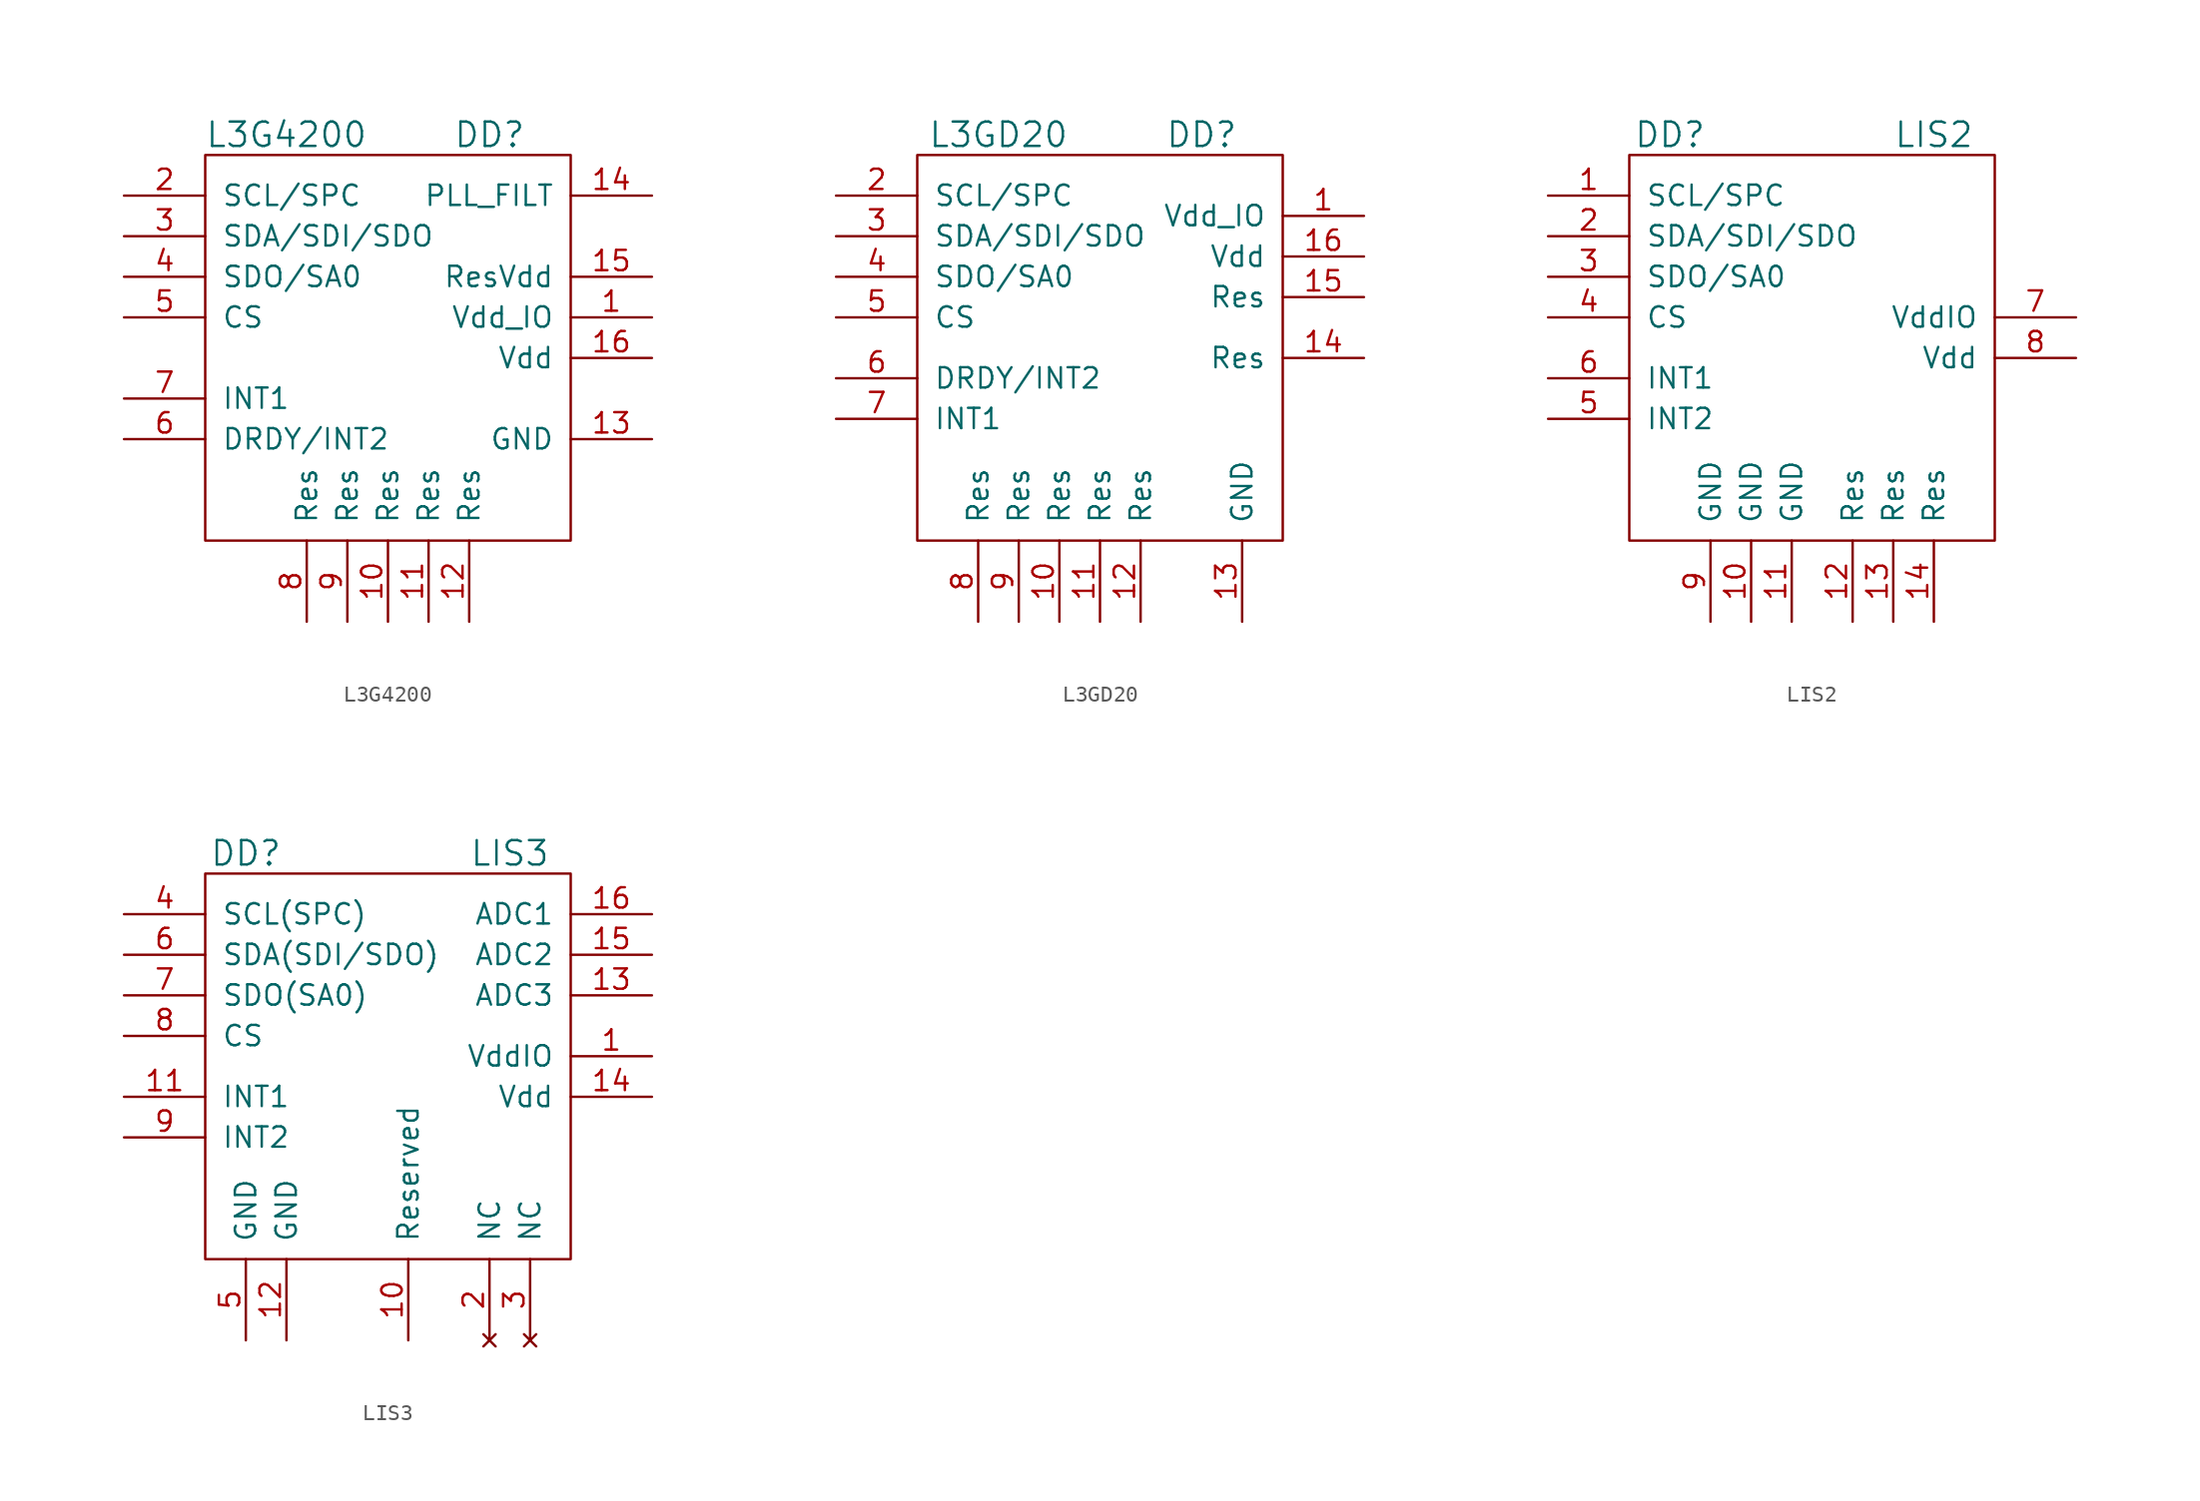
<source format=kicad_sym>
(kicad_symbol_lib
  (version 20231120)
  (generator "kicad_symbol_editor")
  (generator_version "8.0")
  (symbol "L3G4200"
    (pin_names
      (offset 1.016))
    (property "Reference" "DD"
      (at 6.35 12.7 0)
      (effects (font (size 1.524 1.524))))
    (property "Value" "L3G4200"
      (at -6.35 12.7 0)
      (effects (font (size 1.524 1.524))))
    (property "Footprint" ""
      (at 0 0 0)
      (effects (font (size 1.524 1.524))))
    (property "Datasheet" ""
      (at 0 0 0)
      (effects (font (size 1.524 1.524))))
    (symbol "L3G4200_0_1"
      (rectangle (start -11.43 11.43) (end 11.43 -12.7) (stroke (width 0) (type default)) (fill (type none))))
    (symbol "L3G4200_1_1"
      (pin power_in line (at 16.51 1.27 180) (length 5.08) (name "Vdd_IO" (effects (font (size 1.27 1.27)))) (number "1" (effects (font (size 1.27 1.27)))))
      (pin passive line (at 0 -17.78 90) (length 5.08) (name "Res" (effects (font (size 1.27 1.27)))) (number "10" (effects (font (size 1.27 1.27)))))
      (pin passive line (at 2.54 -17.78 90) (length 5.08) (name "Res" (effects (font (size 1.27 1.27)))) (number "11" (effects (font (size 1.27 1.27)))))
      (pin passive line (at 5.08 -17.78 90) (length 5.08) (name "Res" (effects (font (size 1.27 1.27)))) (number "12" (effects (font (size 1.27 1.27)))))
      (pin power_in line (at 16.51 -6.35 180) (length 5.08) (name "GND" (effects (font (size 1.27 1.27)))) (number "13" (effects (font (size 1.27 1.27)))))
      (pin passive line (at 16.51 8.89 180) (length 5.08) (name "PLL_FILT" (effects (font (size 1.27 1.27)))) (number "14" (effects (font (size 1.27 1.27)))))
      (pin passive line (at 16.51 3.81 180) (length 5.08) (name "ResVdd" (effects (font (size 1.27 1.27)))) (number "15" (effects (font (size 1.27 1.27)))))
      (pin power_in line (at 16.51 -1.27 180) (length 5.08) (name "Vdd" (effects (font (size 1.27 1.27)))) (number "16" (effects (font (size 1.27 1.27)))))
      (pin passive line (at -16.51 8.89 0) (length 5.08) (name "SCL/SPC" (effects (font (size 1.27 1.27)))) (number "2" (effects (font (size 1.27 1.27)))))
      (pin passive line (at -16.51 6.35 0) (length 5.08) (name "SDA/SDI/SDO" (effects (font (size 1.27 1.27)))) (number "3" (effects (font (size 1.27 1.27)))))
      (pin passive line (at -16.51 3.81 0) (length 5.08) (name "SDO/SA0" (effects (font (size 1.27 1.27)))) (number "4" (effects (font (size 1.27 1.27)))))
      (pin passive line (at -16.51 1.27 0) (length 5.08) (name "CS" (effects (font (size 1.27 1.27)))) (number "5" (effects (font (size 1.27 1.27)))))
      (pin passive line (at -16.51 -6.35 0) (length 5.08) (name "DRDY/INT2" (effects (font (size 1.27 1.27)))) (number "6" (effects (font (size 1.27 1.27)))))
      (pin passive line (at -16.51 -3.81 0) (length 5.08) (name "INT1" (effects (font (size 1.27 1.27)))) (number "7" (effects (font (size 1.27 1.27)))))
      (pin passive line (at -5.08 -17.78 90) (length 5.08) (name "Res" (effects (font (size 1.27 1.27)))) (number "8" (effects (font (size 1.27 1.27)))))
      (pin passive line (at -2.54 -17.78 90) (length 5.08) (name "Res" (effects (font (size 1.27 1.27)))) (number "9" (effects (font (size 1.27 1.27)))))))
  (symbol "L3GD20"
    (pin_names
      (offset 1.016))
    (property "Reference" "DD"
      (at 6.35 12.7 0)
      (effects (font (size 1.524 1.524))))
    (property "Value" "L3GD20"
      (at -6.35 12.7 0)
      (effects (font (size 1.524 1.524))))
    (symbol "L3GD20_0_1"
      (rectangle (start -11.43 11.43) (end 11.43 -12.7) (stroke (width 0) (type default)) (fill (type none))))
    (symbol "L3GD20_1_1"
      (pin power_in line (at 16.51 7.62 180) (length 5.08) (name "Vdd_IO" (effects (font (size 1.27 1.27)))) (number "1" (effects (font (size 1.27 1.27)))))
      (pin passive line (at -2.54 -17.78 90) (length 5.08) (name "Res" (effects (font (size 1.27 1.27)))) (number "10" (effects (font (size 1.27 1.27)))))
      (pin passive line (at 0 -17.78 90) (length 5.08) (name "Res" (effects (font (size 1.27 1.27)))) (number "11" (effects (font (size 1.27 1.27)))))
      (pin passive line (at 2.54 -17.78 90) (length 5.08) (name "Res" (effects (font (size 1.27 1.27)))) (number "12" (effects (font (size 1.27 1.27)))))
      (pin power_in line (at 8.89 -17.78 90) (length 5.08) (name "GND" (effects (font (size 1.27 1.27)))) (number "13" (effects (font (size 1.27 1.27)))))
      (pin passive line (at 16.51 -1.27 180) (length 5.08) (name "Res" (effects (font (size 1.27 1.27)))) (number "14" (effects (font (size 1.27 1.27)))))
      (pin passive line (at 16.51 2.54 180) (length 5.08) (name "Res" (effects (font (size 1.27 1.27)))) (number "15" (effects (font (size 1.27 1.27)))))
      (pin power_in line (at 16.51 5.08 180) (length 5.08) (name "Vdd" (effects (font (size 1.27 1.27)))) (number "16" (effects (font (size 1.27 1.27)))))
      (pin passive line (at -16.51 8.89 0) (length 5.08) (name "SCL/SPC" (effects (font (size 1.27 1.27)))) (number "2" (effects (font (size 1.27 1.27)))))
      (pin passive line (at -16.51 6.35 0) (length 5.08) (name "SDA/SDI/SDO" (effects (font (size 1.27 1.27)))) (number "3" (effects (font (size 1.27 1.27)))))
      (pin passive line (at -16.51 3.81 0) (length 5.08) (name "SDO/SA0" (effects (font (size 1.27 1.27)))) (number "4" (effects (font (size 1.27 1.27)))))
      (pin passive line (at -16.51 1.27 0) (length 5.08) (name "CS" (effects (font (size 1.27 1.27)))) (number "5" (effects (font (size 1.27 1.27)))))
      (pin passive line (at -16.51 -2.54 0) (length 5.08) (name "DRDY/INT2" (effects (font (size 1.27 1.27)))) (number "6" (effects (font (size 1.27 1.27)))))
      (pin passive line (at -16.51 -5.08 0) (length 5.08) (name "INT1" (effects (font (size 1.27 1.27)))) (number "7" (effects (font (size 1.27 1.27)))))
      (pin passive line (at -7.62 -17.78 90) (length 5.08) (name "Res" (effects (font (size 1.27 1.27)))) (number "8" (effects (font (size 1.27 1.27)))))
      (pin passive line (at -5.08 -17.78 90) (length 5.08) (name "Res" (effects (font (size 1.27 1.27)))) (number "9" (effects (font (size 1.27 1.27)))))))
  (symbol "LIS2"
    (pin_names
      (offset 1.016))
    (property "Reference" "DD"
      (at -8.89 12.7 0)
      (effects (font (size 1.524 1.524))))
    (property "Value" "LIS2"
      (at 7.62 12.7 0)
      (effects (font (size 1.524 1.524))))
    (property "Footprint" ""
      (at 0 0 0)
      (effects (font (size 1.524 1.524))))
    (property "Datasheet" ""
      (at 0 0 0)
      (effects (font (size 1.524 1.524))))
    (symbol "LIS2_0_1"
      (rectangle (start -11.43 11.43) (end 11.43 -12.7) (stroke (width 0) (type default)) (fill (type none))))
    (symbol "LIS2_1_1"
      (pin passive line (at -16.51 8.89 0) (length 5.08) (name "SCL/SPC" (effects (font (size 1.27 1.27)))) (number "1" (effects (font (size 1.27 1.27)))))
      (pin power_in line (at -3.81 -17.78 90) (length 5.08) (name "GND" (effects (font (size 1.27 1.27)))) (number "10" (effects (font (size 1.27 1.27)))))
      (pin power_in line (at -1.27 -17.78 90) (length 5.08) (name "GND" (effects (font (size 1.27 1.27)))) (number "11" (effects (font (size 1.27 1.27)))))
      (pin passive line (at 2.54 -17.78 90) (length 5.08) (name "Res" (effects (font (size 1.27 1.27)))) (number "12" (effects (font (size 1.27 1.27)))))
      (pin passive line (at 5.08 -17.78 90) (length 5.08) (name "Res" (effects (font (size 1.27 1.27)))) (number "13" (effects (font (size 1.27 1.27)))))
      (pin passive line (at 7.62 -17.78 90) (length 5.08) (name "Res" (effects (font (size 1.27 1.27)))) (number "14" (effects (font (size 1.27 1.27)))))
      (pin passive line (at -16.51 6.35 0) (length 5.08) (name "SDA/SDI/SDO" (effects (font (size 1.27 1.27)))) (number "2" (effects (font (size 1.27 1.27)))))
      (pin passive line (at -16.51 3.81 0) (length 5.08) (name "SDO/SA0" (effects (font (size 1.27 1.27)))) (number "3" (effects (font (size 1.27 1.27)))))
      (pin passive line (at -16.51 1.27 0) (length 5.08) (name "CS" (effects (font (size 1.27 1.27)))) (number "4" (effects (font (size 1.27 1.27)))))
      (pin passive line (at -16.51 -5.08 0) (length 5.08) (name "INT2" (effects (font (size 1.27 1.27)))) (number "5" (effects (font (size 1.27 1.27)))))
      (pin passive line (at -16.51 -2.54 0) (length 5.08) (name "INT1" (effects (font (size 1.27 1.27)))) (number "6" (effects (font (size 1.27 1.27)))))
      (pin passive line (at 16.51 1.27 180) (length 5.08) (name "VddIO" (effects (font (size 1.27 1.27)))) (number "7" (effects (font (size 1.27 1.27)))))
      (pin power_in line (at 16.51 -1.27 180) (length 5.08) (name "Vdd" (effects (font (size 1.27 1.27)))) (number "8" (effects (font (size 1.27 1.27)))))
      (pin power_in line (at -6.35 -17.78 90) (length 5.08) (name "GND" (effects (font (size 1.27 1.27)))) (number "9" (effects (font (size 1.27 1.27)))))))
  (symbol "LIS3"
    (pin_names
      (offset 1.016))
    (property "Reference" "DD"
      (at -8.89 12.7 0)
      (effects (font (size 1.524 1.524))))
    (property "Value" "LIS3"
      (at 7.62 12.7 0)
      (effects (font (size 1.524 1.524))))
    (property "Footprint" ""
      (at 0 0 0)
      (effects (font (size 1.524 1.524))))
    (property "Datasheet" ""
      (at 0 0 0)
      (effects (font (size 1.524 1.524))))
    (symbol "LIS3_0_1"
      (rectangle (start -11.43 11.43) (end 11.43 -12.7) (stroke (width 0) (type default)) (fill (type none))))
    (symbol "LIS3_1_1"
      (pin passive line (at 16.51 0 180) (length 5.08) (name "VddIO" (effects (font (size 1.27 1.27)))) (number "1" (effects (font (size 1.27 1.27)))))
      (pin passive line (at 1.27 -17.78 90) (length 5.08) (name "Reserved" (effects (font (size 1.27 1.27)))) (number "10" (effects (font (size 1.27 1.27)))))
      (pin passive line (at -16.51 -2.54 0) (length 5.08) (name "INT1" (effects (font (size 1.27 1.27)))) (number "11" (effects (font (size 1.27 1.27)))))
      (pin power_in line (at -6.35 -17.78 90) (length 5.08) (name "GND" (effects (font (size 1.27 1.27)))) (number "12" (effects (font (size 1.27 1.27)))))
      (pin power_in line (at 16.51 3.81 180) (length 5.08) (name "ADC3" (effects (font (size 1.27 1.27)))) (number "13" (effects (font (size 1.27 1.27)))))
      (pin power_in line (at 16.51 -2.54 180) (length 5.08) (name "Vdd" (effects (font (size 1.27 1.27)))) (number "14" (effects (font (size 1.27 1.27)))))
      (pin passive line (at 16.51 6.35 180) (length 5.08) (name "ADC2" (effects (font (size 1.27 1.27)))) (number "15" (effects (font (size 1.27 1.27)))))
      (pin power_in line (at 16.51 8.89 180) (length 5.08) (name "ADC1" (effects (font (size 1.27 1.27)))) (number "16" (effects (font (size 1.27 1.27)))))
      (pin no_connect line (at 6.35 -17.78 90) (length 5.08) (name "NC" (effects (font (size 1.27 1.27)))) (number "2" (effects (font (size 1.27 1.27)))))
      (pin no_connect line (at 8.89 -17.78 90) (length 5.08) (name "NC" (effects (font (size 1.27 1.27)))) (number "3" (effects (font (size 1.27 1.27)))))
      (pin passive line (at -16.51 8.89 0) (length 5.08) (name "SCL(SPC)" (effects (font (size 1.27 1.27)))) (number "4" (effects (font (size 1.27 1.27)))))
      (pin power_in line (at -8.89 -17.78 90) (length 5.08) (name "GND" (effects (font (size 1.27 1.27)))) (number "5" (effects (font (size 1.27 1.27)))))
      (pin passive line (at -16.51 6.35 0) (length 5.08) (name "SDA(SDI/SDO)" (effects (font (size 1.27 1.27)))) (number "6" (effects (font (size 1.27 1.27)))))
      (pin passive line (at -16.51 3.81 0) (length 5.08) (name "SDO(SA0)" (effects (font (size 1.27 1.27)))) (number "7" (effects (font (size 1.27 1.27)))))
      (pin passive line (at -16.51 1.27 0) (length 5.08) (name "CS" (effects (font (size 1.27 1.27)))) (number "8" (effects (font (size 1.27 1.27)))))
      (pin passive line (at -16.51 -5.08 0) (length 5.08) (name "INT2" (effects (font (size 1.27 1.27)))) (number "9" (effects (font (size 1.27 1.27))))))))
</source>
